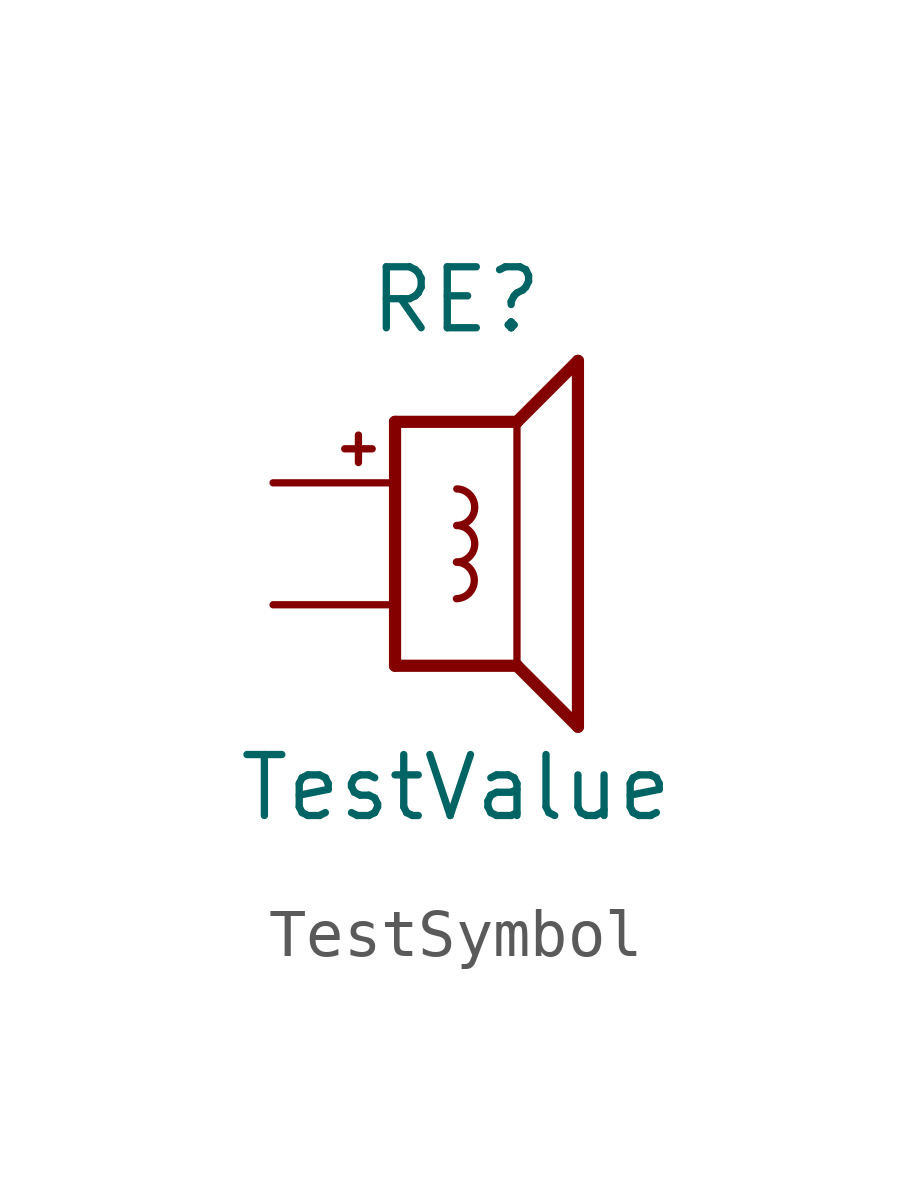
<source format=kicad_sym>
(kicad_symbol_lib
  (version 20231120)
  (generator "kicad_symbol_editor")
  (generator_version "8.0")
  (symbol "TestSymbol"
    (pin_numbers hide)
    (pin_names
      (offset 1.016) hide)
    (property "Reference" "RE"
      (at 0 5.08 0)
      (effects (font (size 1.27 1.27))))
    (property "Value" "TestValue"
      (at 0 -5.08 0)
      (effects (font (size 1.27 1.27))))
    (symbol "TestSymbol_0_0"
      (text "+" (at -2.032 2.032 0) (effects (font (size 0.75 0.75)))))
    (symbol "TestSymbol_0_1"
      (arc (start 0.0087 -1.143) (mid 0.3811 -0.762) (end 0.0087 -0.381) (stroke (width 0) (type default)) (fill (type none)))
      (arc (start 0.0174 -0.381) (mid 0.3898 0) (end 0.0174 0.381) (stroke (width 0) (type default)) (fill (type none)))
      (arc (start 0.0174 0.381) (mid 0.3898 0.762) (end 0.0174 1.143) (stroke (width 0) (type default)) (fill (type none))))
    (symbol "TestSymbol_1_0"
      (polyline (pts (xy -1.27 -2.54) (xy -1.27 2.54)) (stroke (width 0.254) (type default)) (fill (type none)))
      (polyline (pts (xy -1.27 -2.54) (xy 1.27 -2.54)) (stroke (width 0.254) (type default)) (fill (type none)))
      (polyline (pts (xy 1.27 -2.54) (xy 1.27 2.54)) (stroke (width 0.152) (type default)) (fill (type none)))
      (polyline (pts (xy 1.27 2.54) (xy -1.27 2.54)) (stroke (width 0.254) (type default)) (fill (type none)))
      (polyline (pts (xy 1.27 2.54) (xy 2.54 3.81)) (stroke (width 0.254) (type default)) (fill (type none)))
      (polyline (pts (xy 2.54 -3.81) (xy 1.27 -2.54)) (stroke (width 0.254) (type default)) (fill (type none)))
      (polyline (pts (xy 2.54 3.81) (xy 2.54 -3.81)) (stroke (width 0.254) (type default)) (fill (type none))))
    (symbol "TestSymbol_1_1"
      (pin passive line (at -3.81 1.27 0) (length 2.54) (name "1" (effects (font (size 1.27 1.27)))) (number "1" (effects (font (size 1.27 1.27)))))
      (pin passive line (at -3.81 -1.27 0) (length 2.54) (name "2" (effects (font (size 1.27 1.27)))) (number "2" (effects (font (size 1.27 1.27))))))))
</source>
